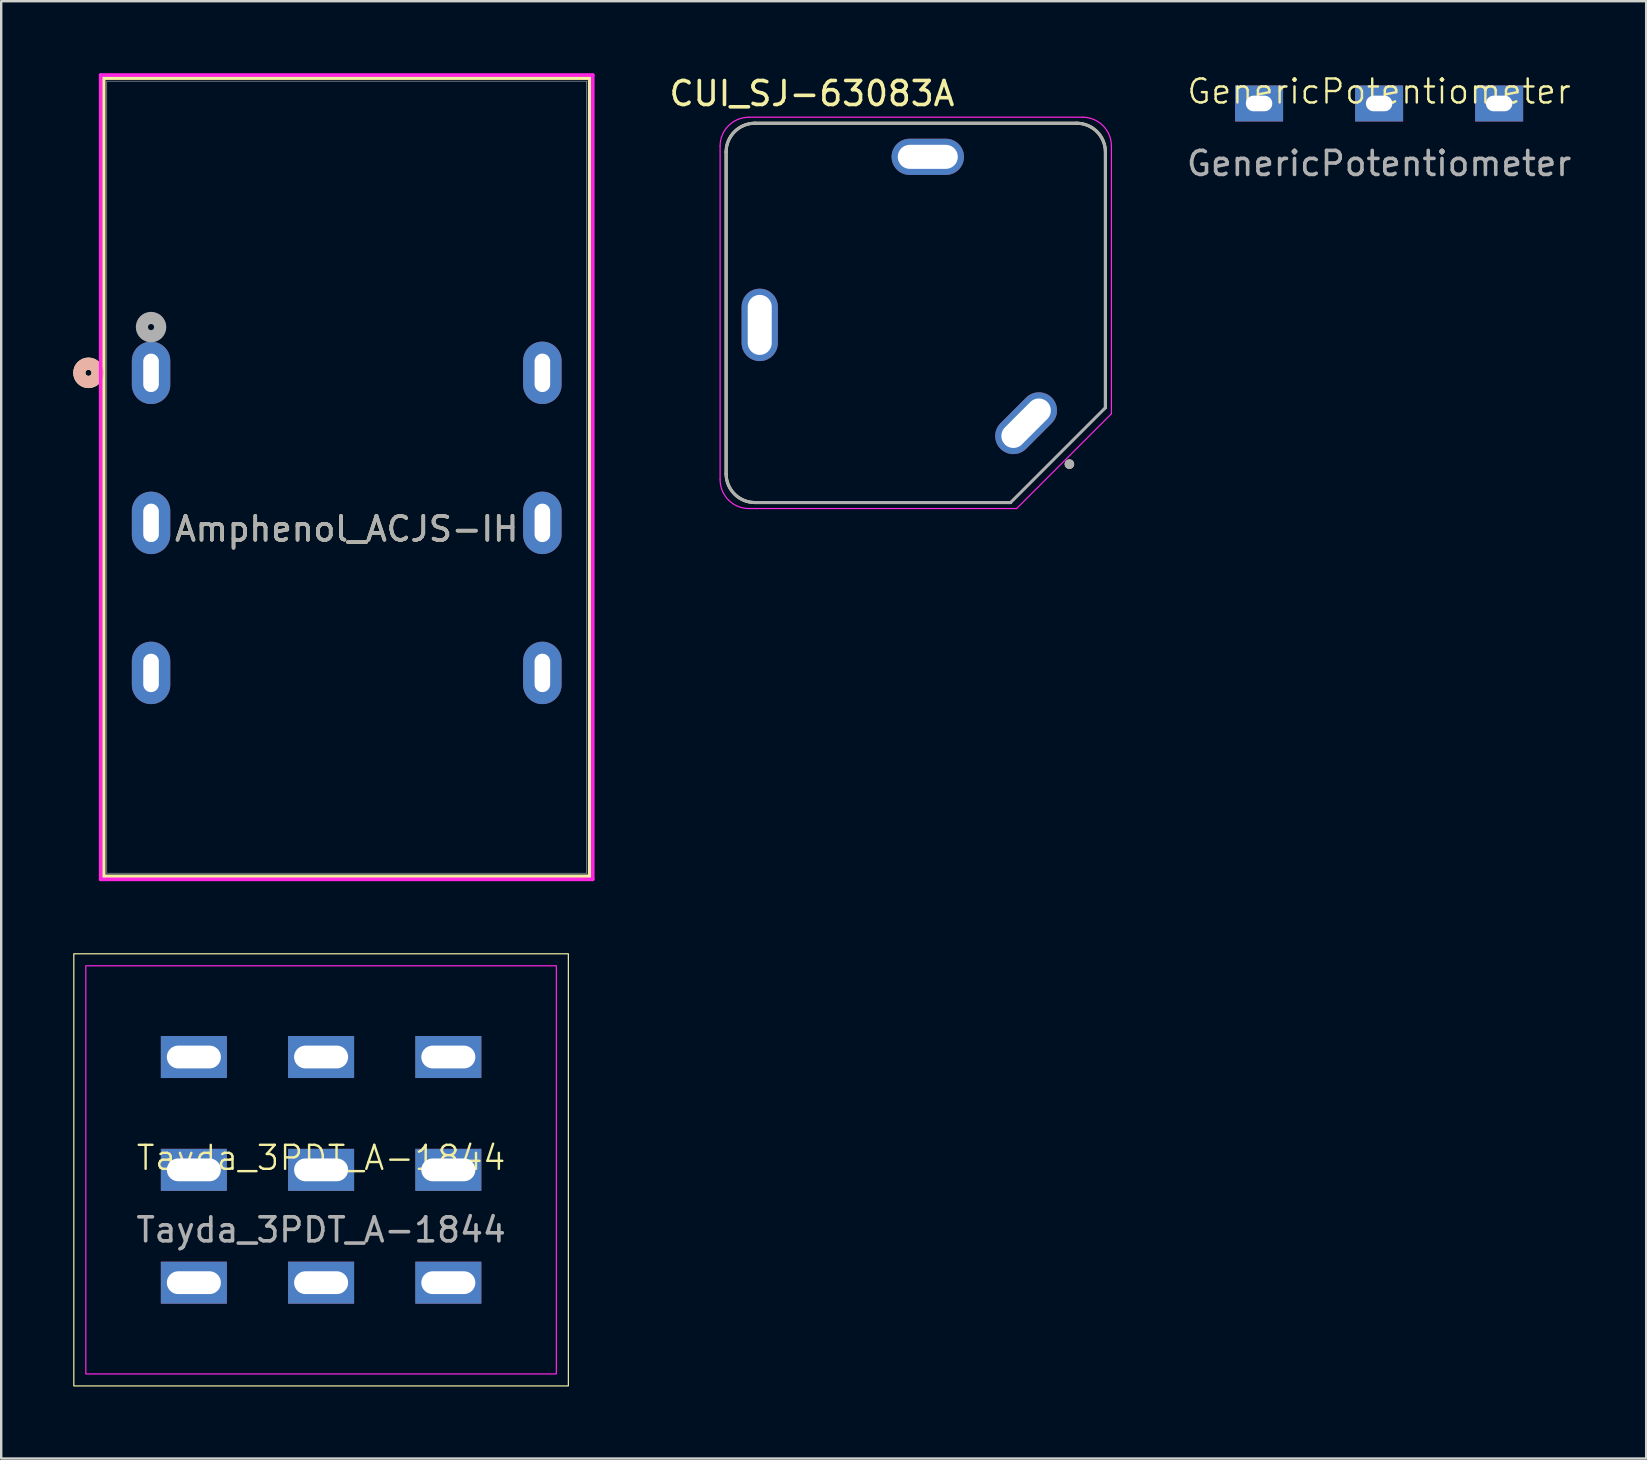
<source format=kicad_pcb>
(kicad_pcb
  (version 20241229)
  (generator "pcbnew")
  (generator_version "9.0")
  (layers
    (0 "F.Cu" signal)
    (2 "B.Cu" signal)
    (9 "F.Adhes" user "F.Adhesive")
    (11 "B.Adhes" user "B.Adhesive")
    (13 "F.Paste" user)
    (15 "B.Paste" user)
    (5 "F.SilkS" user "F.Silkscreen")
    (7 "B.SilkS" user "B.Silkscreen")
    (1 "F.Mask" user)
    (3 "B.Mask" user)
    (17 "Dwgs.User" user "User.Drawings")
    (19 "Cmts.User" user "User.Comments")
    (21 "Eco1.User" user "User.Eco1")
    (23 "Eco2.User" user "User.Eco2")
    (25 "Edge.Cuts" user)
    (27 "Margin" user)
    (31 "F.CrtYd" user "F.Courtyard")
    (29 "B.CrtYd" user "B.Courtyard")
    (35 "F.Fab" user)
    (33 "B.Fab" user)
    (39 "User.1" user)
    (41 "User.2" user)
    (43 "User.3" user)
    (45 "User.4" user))
  (footprint "GenericPotentiometer"
    (layer "F.Cu")
    (at 54.396 1.26)
    (property "Reference" "GenericPotentiometer" (at 0 -0.5 0) (unlocked yes) (layer "F.SilkS") (effects (font (size 1 1) (thickness 0.1))))
    (attr through_hole)
    (fp_text user "${REFERENCE}" (at 0 2.5 0) (unlocked yes) (layer "F.Fab") (effects (font (size 1 1) (thickness 0.15))))
    (pad "1" thru_hole rect (at -5 0) (size 2 1.5) (drill oval 1.1 0.65) (layers "*.Cu" "*.Mask"))
    (pad "2" thru_hole rect (at 0 0) (size 2 1.5) (drill oval 1.1 0.65) (layers "*.Cu" "*.Mask"))
    (pad "3" thru_hole rect (at 5 0) (size 2 1.5) (drill oval 1.1 0.65) (layers "*.Cu" "*.Mask")))
  (footprint "Amphenol_ACJS-IH"
    (layer "F.Cu")
    (at 3.242 12.48)
    (property "Reference" "Amphenol_ACJS-IH" (at 8.15 6.5 0) (unlocked yes) (layer "F.SilkS") (effects (font (size 1 1) (thickness 0.15))))
    (attr through_hole)
    (fp_line (start -1.972 -12.277) (end -1.972 20.972) (stroke (width 0.152) (type solid)) (layer "F.SilkS"))
    (fp_line (start -1.972 20.972) (end 18.272 20.972) (stroke (width 0.152) (type solid)) (layer "F.SilkS"))
    (fp_line (start 18.272 -12.277) (end -1.972 -12.277) (stroke (width 0.152) (type solid)) (layer "F.SilkS"))
    (fp_line (start 18.272 20.972) (end 18.272 -12.277) (stroke (width 0.152) (type solid)) (layer "F.SilkS"))
    (fp_circle (center -2.607 0) (end -2.226 0) (stroke (width 0.508) (type solid)) (fill no) (layer "F.SilkS"))
    (fp_circle (center -2.607 0) (end -2.226 0) (stroke (width 0.508) (type solid)) (fill no) (layer "B.SilkS"))
    (fp_line (start -2.099 -12.404) (end -2.099 21.099) (stroke (width 0.152) (type solid)) (layer "F.CrtYd"))
    (fp_line (start -2.099 21.099) (end 18.399 21.099) (stroke (width 0.152) (type solid)) (layer "F.CrtYd"))
    (fp_line (start 18.399 -12.404) (end -2.099 -12.404) (stroke (width 0.152) (type solid)) (layer "F.CrtYd"))
    (fp_line (start 18.399 21.099) (end 18.399 -12.404) (stroke (width 0.152) (type solid)) (layer "F.CrtYd"))
    (fp_line (start -1.845 -12.15) (end -1.845 20.845) (stroke (width 0.025) (type solid)) (layer "F.Fab"))
    (fp_line (start -1.845 20.845) (end 18.145 20.845) (stroke (width 0.025) (type solid)) (layer "F.Fab"))
    (fp_line (start 18.145 -12.15) (end -1.845 -12.15) (stroke (width 0.025) (type solid)) (layer "F.Fab"))
    (fp_line (start 18.145 20.845) (end 18.145 -12.15) (stroke (width 0.025) (type solid)) (layer "F.Fab"))
    (fp_circle (center 0 -1.905) (end 0.381 -1.905) (stroke (width 0.508) (type solid)) (fill no) (layer "F.Fab"))
    (fp_text user "${REFERENCE}" (at 8.15 6.5 0) (unlocked yes) (layer "F.Fab") (effects (font (size 1 1) (thickness 0.15))))
    (pad "R" thru_hole oval (at 0 6.25) (size 1.6 2.6) (drill oval 0.65 1.6) (layers "*.Cu" "*.Mask"))
    (pad "RN" thru_hole oval (at 16.3 6.25) (size 1.6 2.6) (drill oval 0.65 1.6) (layers "*.Cu" "*.Mask"))
    (pad "S" thru_hole oval (at 0 0) (size 1.6 2.6) (drill oval 0.65 1.6) (layers "*.Cu" "*.Mask"))
    (pad "SN" thru_hole oval (at 16.3 0) (size 1.6 2.6) (drill oval 0.65 1.6) (layers "*.Cu" "*.Mask"))
    (pad "T" thru_hole oval (at 0 12.5) (size 1.6 2.6) (drill oval 0.65 1.6) (layers "*.Cu" "*.Mask"))
    (pad "TN" thru_hole oval (at 16.3 12.5) (size 1.6 2.6) (drill oval 0.65 1.6) (layers "*.Cu" "*.Mask")))
  (footprint "CUI_SJ-63083A"
    (layer "F.Cu")
    (at 35.096 9.983)
    (property "Reference" "CUI_SJ-63083A" (at -4.325 -9.135 0) (layer "F.SilkS") (effects (font (size 1 1) (thickness 0.15))))
    (attr through_hole)
    (fp_line (start -7.9 6.7) (end -7.9 -6.7) (stroke (width 0.127) (type solid)) (layer "F.SilkS"))
    (fp_line (start -6.7 -7.9) (end 6.7 -7.9) (stroke (width 0.127) (type solid)) (layer "F.SilkS"))
    (fp_line (start 3.95 7.9) (end -6.7 7.9) (stroke (width 0.127) (type solid)) (layer "F.SilkS"))
    (fp_line (start 7.9 -6.7) (end 7.9 3.95) (stroke (width 0.127) (type solid)) (layer "F.SilkS"))
    (fp_arc (start -7.9 -6.7) (mid -7.548528 -7.548528) (end -6.7 -7.9) (stroke (width 0.127) (type solid)) (layer "F.SilkS"))
    (fp_arc (start -6.7 7.9) (mid -7.548528 7.548528) (end -7.9 6.7) (stroke (width 0.127) (type solid)) (layer "F.SilkS"))
    (fp_arc (start 6.7 -7.9) (mid 7.548528 -7.548528) (end 7.9 -6.7) (stroke (width 0.127) (type solid)) (layer "F.SilkS"))
    (fp_circle (center 6.4 6.3) (end 6.5 6.3) (stroke (width 0.2) (type solid)) (fill no) (layer "F.SilkS"))
    (fp_line (start -8.15 6.95) (end -8.15 -6.95) (stroke (width 0.05) (type solid)) (layer "F.CrtYd"))
    (fp_line (start -6.95 -8.15) (end 6.95 -8.15) (stroke (width 0.05) (type solid)) (layer "F.CrtYd"))
    (fp_line (start 4.2 8.15) (end -6.95 8.15) (stroke (width 0.05) (type solid)) (layer "F.CrtYd"))
    (fp_line (start 8.15 -6.95) (end 8.15 4.2) (stroke (width 0.05) (type solid)) (layer "F.CrtYd"))
    (fp_line (start 8.15 4.2) (end 4.2 8.15) (stroke (width 0.05) (type solid)) (layer "F.CrtYd"))
    (fp_arc (start -8.15 -6.95) (mid -7.798528 -7.798528) (end -6.95 -8.15) (stroke (width 0.05) (type solid)) (layer "F.CrtYd"))
    (fp_arc (start -6.95 8.15) (mid -7.798528 7.798528) (end -8.15 6.95) (stroke (width 0.05) (type solid)) (layer "F.CrtYd"))
    (fp_arc (start 6.95 -8.15) (mid 7.798528 -7.798528) (end 8.15 -6.95) (stroke (width 0.05) (type solid)) (layer "F.CrtYd"))
    (fp_line (start -7.9 6.7) (end -7.9 -6.7) (stroke (width 0.127) (type solid)) (layer "F.Fab"))
    (fp_line (start -6.7 -7.9) (end 6.7 -7.9) (stroke (width 0.127) (type solid)) (layer "F.Fab"))
    (fp_line (start 3.95 7.9) (end -6.7 7.9) (stroke (width 0.127) (type solid)) (layer "F.Fab"))
    (fp_line (start 7.9 -6.7) (end 7.9 3.95) (stroke (width 0.127) (type solid)) (layer "F.Fab"))
    (fp_line (start 7.9 3.95) (end 3.95 7.9) (stroke (width 0.127) (type solid)) (layer "F.Fab"))
    (fp_arc (start -7.9 -6.7) (mid -7.548528 -7.548528) (end -6.7 -7.9) (stroke (width 0.127) (type solid)) (layer "F.Fab"))
    (fp_arc (start -6.7 7.9) (mid -7.548528 7.548528) (end -7.9 6.7) (stroke (width 0.127) (type solid)) (layer "F.Fab"))
    (fp_arc (start 6.7 -7.9) (mid 7.548528 -7.548528) (end 7.9 -6.7) (stroke (width 0.127) (type solid)) (layer "F.Fab"))
    (fp_circle (center 6.4 6.3) (end 6.5 6.3) (stroke (width 0.2) (type solid)) (fill no) (layer "F.Fab"))
    (pad "1" thru_hole oval (at 4.596 4.596 135) (size 1.508 3.016) (drill oval 1 2.5) (layers "*.Cu" "*.Mask"))
    (pad "3" thru_hole oval (at -6.5 0.5) (size 1.508 3.016) (drill oval 1 2.5) (layers "*.Cu" "*.Mask"))
    (pad "4" thru_hole oval (at 0.5 -6.5) (size 3.016 1.508) (drill oval 2.5 1) (layers "*.Cu" "*.Mask")))
  (footprint "Tayda_3PDT_A-1844"
    (layer "F.Cu")
    (at 10.325 45.68)
    (property "Reference" "Tayda_3PDT_A-1844" (at 0 -0.5 0) (unlocked yes) (layer "F.SilkS") (effects (font (size 1 1) (thickness 0.1))))
    (attr through_hole)
    (fp_rect (start -10.3 -9) (end 10.3 9) (stroke (width 0.05) (type default)) (fill no) (layer "F.SilkS"))
    (fp_rect (start -9.8 -8.5) (end 9.8 8.5) (stroke (width 0.05) (type default)) (fill no) (layer "F.CrtYd"))
    (fp_text user "${REFERENCE}" (at 0 2.5 0) (unlocked yes) (layer "F.Fab") (effects (font (size 1 1) (thickness 0.15))))
    (pad "1" thru_hole rect (at -5.3 -4.7 90) (size 1.75 2.75) (drill oval 0.95 2.25) (layers "*.Cu" "*.Mask"))
    (pad "2" thru_hole rect (at -5.3 0 90) (size 1.75 2.75) (drill oval 0.95 2.25) (layers "*.Cu" "*.Mask"))
    (pad "3" thru_hole rect (at -5.3 4.7 90) (size 1.75 2.75) (drill oval 0.95 2.25) (layers "*.Cu" "*.Mask"))
    (pad "4" thru_hole rect (at 0 -4.7 90) (size 1.75 2.75) (drill oval 0.95 2.25) (layers "*.Cu" "*.Mask"))
    (pad "5" thru_hole rect (at 0 0 90) (size 1.75 2.75) (drill oval 0.95 2.25) (layers "*.Cu" "*.Mask"))
    (pad "6" thru_hole rect (at 0 4.7 90) (size 1.75 2.75) (drill oval 0.95 2.25) (layers "*.Cu" "*.Mask"))
    (pad "7" thru_hole rect (at 5.3 -4.7 90) (size 1.75 2.75) (drill oval 0.95 2.25) (layers "*.Cu" "*.Mask"))
    (pad "8" thru_hole rect (at 5.3 0 90) (size 1.75 2.75) (drill oval 0.95 2.25) (layers "*.Cu" "*.Mask"))
    (pad "9" thru_hole rect (at 5.3 4.7 90) (size 1.75 2.75) (drill oval 0.95 2.25) (layers "*.Cu" "*.Mask"))
    (zone (net_name "") (layer "F.Cu") (hatch edge 0.5) (connect_pads) (min_thickness 0.25) (filled_areas_thickness no) (keepout (tracks not_allowed) (vias not_allowed) (pads not_allowed) (copperpour allowed) (footprints allowed)) (placement (enabled no)) (fill) (polygon (pts (xy 3.65 40.105) (xy 17 40.105) (xy 17 51.255) (xy 3.65 51.255)))))
  (gr_rect
    (start -3 -3)
    (end 65.521 57.705)
    (stroke (width 0.1) (type default))
    (fill no)
    (layer "Edge.Cuts")))
</source>
